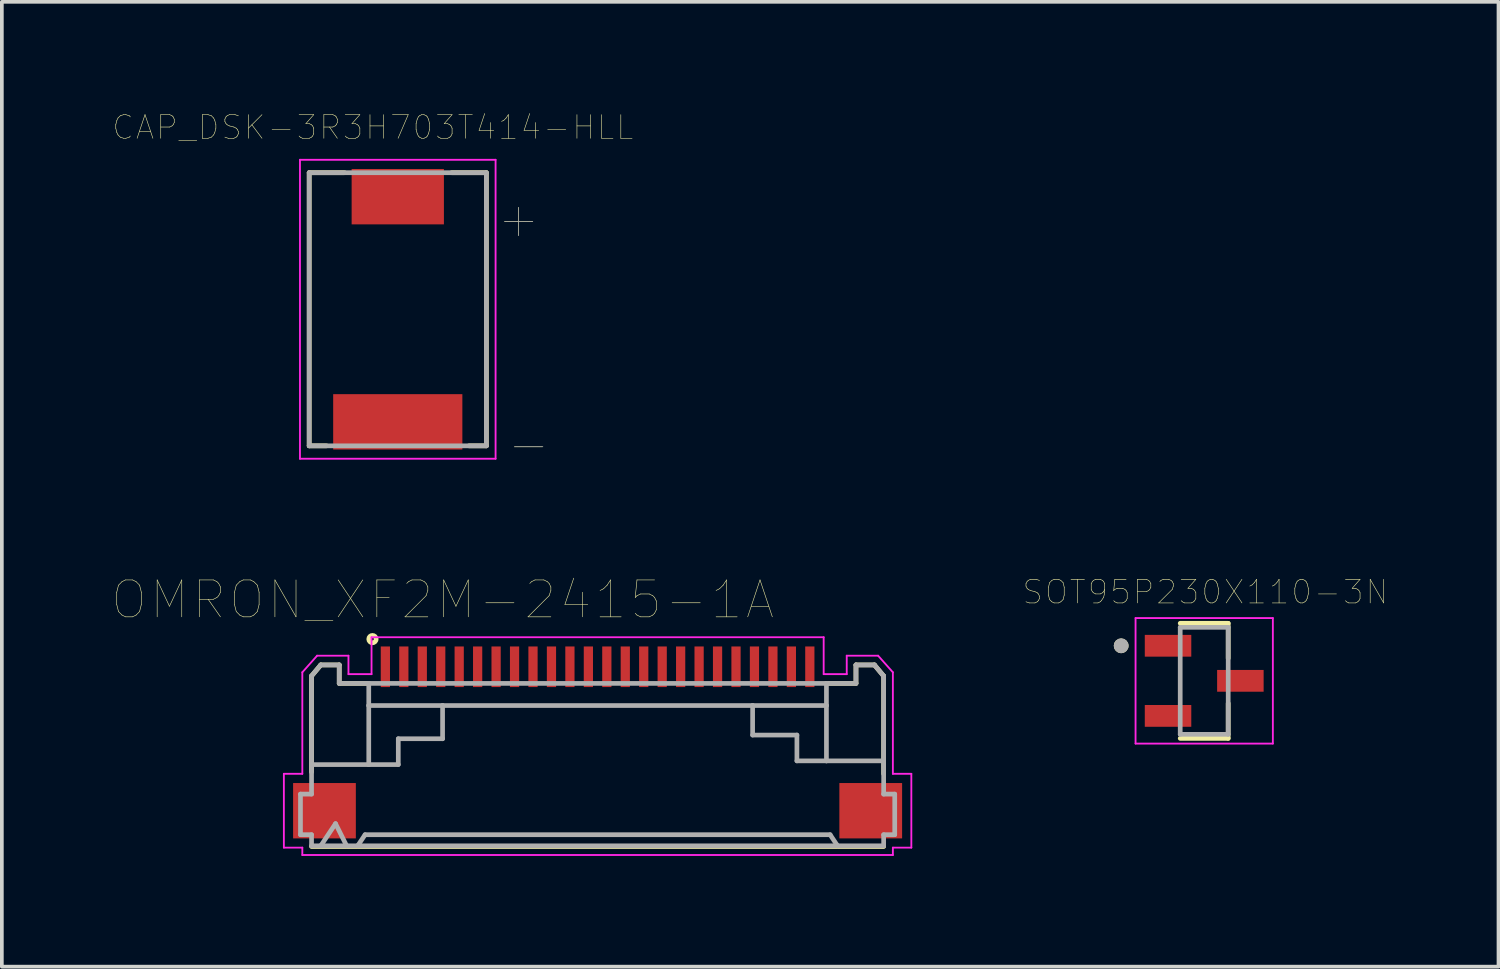
<source format=kicad_pcb>
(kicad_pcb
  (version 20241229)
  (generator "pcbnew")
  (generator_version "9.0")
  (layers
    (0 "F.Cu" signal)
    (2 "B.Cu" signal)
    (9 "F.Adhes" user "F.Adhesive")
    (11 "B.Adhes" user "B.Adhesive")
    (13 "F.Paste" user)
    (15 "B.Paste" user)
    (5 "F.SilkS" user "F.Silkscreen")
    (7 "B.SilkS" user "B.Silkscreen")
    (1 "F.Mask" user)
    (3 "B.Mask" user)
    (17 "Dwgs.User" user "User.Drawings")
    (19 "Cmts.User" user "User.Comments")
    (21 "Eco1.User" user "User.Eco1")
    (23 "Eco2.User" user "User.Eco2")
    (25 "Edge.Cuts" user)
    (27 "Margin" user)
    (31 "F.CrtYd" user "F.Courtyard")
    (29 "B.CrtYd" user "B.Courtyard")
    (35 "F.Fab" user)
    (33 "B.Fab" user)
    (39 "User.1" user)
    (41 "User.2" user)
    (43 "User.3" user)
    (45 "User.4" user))
  (footprint "SOT95P230X110-3N"
    (layer "F.Cu")
    (at 29.576 15.396)
    (property "Reference" "SOT95P230X110-3N" (at 0.032 -2.406 0) (layer "F.SilkS") (effects (font (size 0.64 0.64) (thickness 0.015))))
    (attr through_hole)
    (fp_line (start 0.65 -1.559) (end -0.65 -1.559) (stroke (width 0.127) (type solid)) (layer "F.SilkS"))
    (fp_line (start 0.65 -1.559) (end 0.65 -0.61) (stroke (width 0.127) (type solid)) (layer "F.SilkS"))
    (fp_line (start 0.65 1.559) (end -0.65 1.559) (stroke (width 0.127) (type solid)) (layer "F.SilkS"))
    (fp_line (start 0.65 1.559) (end 0.65 0.61) (stroke (width 0.127) (type solid)) (layer "F.SilkS"))
    (fp_circle (center -2.25 -0.95) (end -2.15 -0.95) (stroke (width 0.2) (type solid)) (fill no) (layer "F.SilkS"))
    (fp_line (start -1.86 -1.7) (end 1.86 -1.7) (stroke (width 0.05) (type solid)) (layer "F.CrtYd"))
    (fp_line (start -1.86 1.7) (end -1.86 -1.7) (stroke (width 0.05) (type solid)) (layer "F.CrtYd"))
    (fp_line (start 1.86 -1.7) (end 1.86 1.7) (stroke (width 0.05) (type solid)) (layer "F.CrtYd"))
    (fp_line (start 1.86 1.7) (end -1.86 1.7) (stroke (width 0.05) (type solid)) (layer "F.CrtYd"))
    (fp_line (start -0.65 -1.45) (end 0.65 -1.45) (stroke (width 0.127) (type solid)) (layer "F.Fab"))
    (fp_line (start -0.65 1.45) (end -0.65 -1.45) (stroke (width 0.127) (type solid)) (layer "F.Fab"))
    (fp_line (start 0.65 -1.45) (end 0.65 1.45) (stroke (width 0.127) (type solid)) (layer "F.Fab"))
    (fp_line (start 0.65 1.45) (end -0.65 1.45) (stroke (width 0.127) (type solid)) (layer "F.Fab"))
    (fp_circle (center -2.25 -0.95) (end -2.15 -0.95) (stroke (width 0.2) (type solid)) (fill no) (layer "F.Fab"))
    (pad "1" smd rect (at -0.98 -0.95) (size 1.26 0.59) (layers "F.Cu" "F.Mask" "F.Paste"))
    (pad "2" smd rect (at -0.98 0.95) (size 1.26 0.59) (layers "F.Cu" "F.Mask" "F.Paste"))
    (pad "3" smd rect (at 0.98 0) (size 1.26 0.59) (layers "F.Cu" "F.Mask" "F.Paste")))
  (footprint "CAP_DSK-3R3H703T414-HLL"
    (layer "F.Cu")
    (at 7.727 5.329)
    (property "Reference" "CAP_DSK-3R3H703T414-HLL" (at -0.677 -4.928 0) (layer "F.SilkS") (effects (font (size 0.64 0.64) (thickness 0.015))))
    (attr through_hole)
    (fp_line (start -2.4 -3.7) (end -2.4 3.7) (stroke (width 0.127) (type solid)) (layer "F.SilkS"))
    (fp_line (start -2.4 3.7) (end -1.93 3.7) (stroke (width 0.127) (type solid)) (layer "F.SilkS"))
    (fp_line (start -1.44 -3.7) (end -2.4 -3.7) (stroke (width 0.127) (type solid)) (layer "F.SilkS"))
    (fp_line (start 1.93 3.7) (end 2.4 3.7) (stroke (width 0.127) (type solid)) (layer "F.SilkS"))
    (fp_line (start 2.4 -3.7) (end 1.46 -3.7) (stroke (width 0.127) (type solid)) (layer "F.SilkS"))
    (fp_line (start 2.4 3.7) (end 2.4 -3.7) (stroke (width 0.127) (type solid)) (layer "F.SilkS"))
    (fp_line (start -2.65 -4.05) (end -2.65 4.05) (stroke (width 0.05) (type solid)) (layer "F.CrtYd"))
    (fp_line (start -2.65 4.05) (end 2.65 4.05) (stroke (width 0.05) (type solid)) (layer "F.CrtYd"))
    (fp_line (start 2.65 -4.05) (end -2.65 -4.05) (stroke (width 0.05) (type solid)) (layer "F.CrtYd"))
    (fp_line (start 2.65 4.05) (end 2.65 -4.05) (stroke (width 0.05) (type solid)) (layer "F.CrtYd"))
    (fp_line (start -2.4 -3.7) (end 2.4 -3.7) (stroke (width 0.127) (type solid)) (layer "F.Fab"))
    (fp_line (start -2.4 3.7) (end -2.4 -3.7) (stroke (width 0.127) (type solid)) (layer "F.Fab"))
    (fp_line (start 2.4 -3.7) (end 2.4 3.7) (stroke (width 0.127) (type solid)) (layer "F.Fab"))
    (fp_line (start 2.4 3.7) (end -2.4 3.7) (stroke (width 0.127) (type solid)) (layer "F.Fab"))
    (fp_text user "+" (at 3.274 -2.461 0) (layer "F.SilkS") (effects (font (size 1.005 1.005) (thickness 0.015))))
    (fp_text user "-" (at 3.54 3.646 0) (layer "F.SilkS") (effects (font (size 1.005 1.005) (thickness 0.015))))
    (fp_text user "-" (at 3.551 3.636 0) (layer "F.Fab") (effects (font (size 1.004 1.004) (thickness 0.015))))
    (fp_text user "+" (at 3.277 -2.457 0) (layer "F.Fab") (effects (font (size 1.004 1.004) (thickness 0.015))))
    (pad "+" smd rect (at 0 -3.05) (size 2.5 1.5) (layers "F.Cu" "F.Mask" "F.Paste"))
    (pad "-" smd rect (at 0 3.05) (size 3.5 1.5) (layers "F.Cu" "F.Mask" "F.Paste")))
  (footprint "OMRON_XF2M-2415-1A"
    (layer "F.Cu")
    (at 13.141 17.365)
    (property "Reference" "OMRON_XF2M-2415-1A" (at -4.195 -4.165 0) (layer "F.SilkS") (effects (font (size 1 1) (thickness 0.015))))
    (attr through_hole)
    (fp_line (start -7.75 -2.1) (end -7.75 0.5) (stroke (width 0.127) (type solid)) (layer "F.SilkS"))
    (fp_line (start -7.75 2.52) (end 7.75 2.52) (stroke (width 0.127) (type solid)) (layer "F.SilkS"))
    (fp_line (start -7.5 -2.4) (end -7.75 -2.1) (stroke (width 0.127) (type solid)) (layer "F.SilkS"))
    (fp_line (start -7 -2.4) (end -7.5 -2.4) (stroke (width 0.127) (type solid)) (layer "F.SilkS"))
    (fp_line (start -7 -1.9) (end -7 -2.4) (stroke (width 0.127) (type solid)) (layer "F.SilkS"))
    (fp_line (start -6.2 -1.9) (end -7 -1.9) (stroke (width 0.127) (type solid)) (layer "F.SilkS"))
    (fp_line (start 6.2 -1.9) (end 7 -1.9) (stroke (width 0.127) (type solid)) (layer "F.SilkS"))
    (fp_line (start 7 -2.4) (end 7.5 -2.4) (stroke (width 0.127) (type solid)) (layer "F.SilkS"))
    (fp_line (start 7 -1.9) (end 7 -2.4) (stroke (width 0.127) (type solid)) (layer "F.SilkS"))
    (fp_line (start 7.5 -2.4) (end 7.75 -2.1) (stroke (width 0.127) (type solid)) (layer "F.SilkS"))
    (fp_line (start 7.75 -2.1) (end 7.75 0.55) (stroke (width 0.127) (type solid)) (layer "F.SilkS"))
    (fp_circle (center -6.1 -3.1) (end -6 -3.1) (stroke (width 0.127) (type solid)) (fill no) (layer "F.SilkS"))
    (fp_line (start -8.5 0.55) (end -8 0.55) (stroke (width 0.05) (type solid)) (layer "F.CrtYd"))
    (fp_line (start -8.5 2.55) (end -8.5 0.55) (stroke (width 0.05) (type solid)) (layer "F.CrtYd"))
    (fp_line (start -8 -2.2) (end -7.6 -2.65) (stroke (width 0.05) (type solid)) (layer "F.CrtYd"))
    (fp_line (start -8 0.55) (end -8 -2.2) (stroke (width 0.05) (type solid)) (layer "F.CrtYd"))
    (fp_line (start -8 2.55) (end -8.5 2.55) (stroke (width 0.05) (type solid)) (layer "F.CrtYd"))
    (fp_line (start -8 2.75) (end -8 2.55) (stroke (width 0.05) (type solid)) (layer "F.CrtYd"))
    (fp_line (start -7.6 -2.65) (end -6.75 -2.65) (stroke (width 0.05) (type solid)) (layer "F.CrtYd"))
    (fp_line (start -6.75 -2.65) (end -6.75 -2.15) (stroke (width 0.05) (type solid)) (layer "F.CrtYd"))
    (fp_line (start -6.75 -2.15) (end -6.125 -2.15) (stroke (width 0.05) (type solid)) (layer "F.CrtYd"))
    (fp_line (start -6.125 -3.15) (end 6.125 -3.15) (stroke (width 0.05) (type solid)) (layer "F.CrtYd"))
    (fp_line (start -6.125 -2.15) (end -6.125 -3.15) (stroke (width 0.05) (type solid)) (layer "F.CrtYd"))
    (fp_line (start 6.125 -3.15) (end 6.125 -2.15) (stroke (width 0.05) (type solid)) (layer "F.CrtYd"))
    (fp_line (start 6.125 -2.15) (end 6.75 -2.15) (stroke (width 0.05) (type solid)) (layer "F.CrtYd"))
    (fp_line (start 6.75 -2.65) (end 7.6 -2.65) (stroke (width 0.05) (type solid)) (layer "F.CrtYd"))
    (fp_line (start 6.75 -2.15) (end 6.75 -2.65) (stroke (width 0.05) (type solid)) (layer "F.CrtYd"))
    (fp_line (start 7.6 -2.65) (end 8 -2.2) (stroke (width 0.05) (type solid)) (layer "F.CrtYd"))
    (fp_line (start 8 -2.2) (end 8 0.55) (stroke (width 0.05) (type solid)) (layer "F.CrtYd"))
    (fp_line (start 8 0.55) (end 8.5 0.55) (stroke (width 0.05) (type solid)) (layer "F.CrtYd"))
    (fp_line (start 8 2.55) (end 8 2.75) (stroke (width 0.05) (type solid)) (layer "F.CrtYd"))
    (fp_line (start 8 2.75) (end -8 2.75) (stroke (width 0.05) (type solid)) (layer "F.CrtYd"))
    (fp_line (start 8.5 0.55) (end 8.5 2.55) (stroke (width 0.05) (type solid)) (layer "F.CrtYd"))
    (fp_line (start 8.5 2.55) (end 8 2.55) (stroke (width 0.05) (type solid)) (layer "F.CrtYd"))
    (fp_line (start -8.05 1.1) (end -7.75 1.1) (stroke (width 0.127) (type solid)) (layer "F.Fab"))
    (fp_line (start -8.05 2.2) (end -8.05 1.1) (stroke (width 0.127) (type solid)) (layer "F.Fab"))
    (fp_line (start -7.75 -2.1) (end -7.5 -2.4) (stroke (width 0.127) (type solid)) (layer "F.Fab"))
    (fp_line (start -7.75 1.1) (end -7.75 -2.1) (stroke (width 0.127) (type solid)) (layer "F.Fab"))
    (fp_line (start -7.75 2.2) (end -8.05 2.2) (stroke (width 0.127) (type solid)) (layer "F.Fab"))
    (fp_line (start -7.75 2.5) (end -7.75 2.2) (stroke (width 0.127) (type solid)) (layer "F.Fab"))
    (fp_line (start -7.7 0.3) (end -6.2 0.3) (stroke (width 0.127) (type solid)) (layer "F.Fab"))
    (fp_line (start -7.5 -2.4) (end -7 -2.4) (stroke (width 0.127) (type solid)) (layer "F.Fab"))
    (fp_line (start -7.5 2.5) (end -7.75 2.5) (stroke (width 0.127) (type solid)) (layer "F.Fab"))
    (fp_line (start -7.5 2.5) (end -7.1 1.9) (stroke (width 0.127) (type solid)) (layer "F.Fab"))
    (fp_line (start -7.1 1.9) (end -6.8 2.5) (stroke (width 0.127) (type solid)) (layer "F.Fab"))
    (fp_line (start -7 -2.4) (end -7 -1.9) (stroke (width 0.127) (type solid)) (layer "F.Fab"))
    (fp_line (start -7 -1.9) (end 6.2 -1.9) (stroke (width 0.127) (type solid)) (layer "F.Fab"))
    (fp_line (start -6.8 2.5) (end -7.5 2.5) (stroke (width 0.127) (type solid)) (layer "F.Fab"))
    (fp_line (start -6.5 2.5) (end -6.8 2.5) (stroke (width 0.127) (type solid)) (layer "F.Fab"))
    (fp_line (start -6.5 2.5) (end -6.3 2.2) (stroke (width 0.127) (type solid)) (layer "F.Fab"))
    (fp_line (start -6.3 2.2) (end 6.3 2.2) (stroke (width 0.127) (type solid)) (layer "F.Fab"))
    (fp_line (start -6.2 -1.3) (end -6.2 -1.9) (stroke (width 0.127) (type solid)) (layer "F.Fab"))
    (fp_line (start -6.2 0.3) (end -6.2 -1.3) (stroke (width 0.127) (type solid)) (layer "F.Fab"))
    (fp_line (start -6.2 0.3) (end -5.4 0.3) (stroke (width 0.127) (type solid)) (layer "F.Fab"))
    (fp_line (start -5.4 -0.4) (end -4.2 -0.4) (stroke (width 0.127) (type solid)) (layer "F.Fab"))
    (fp_line (start -5.4 0.3) (end -5.4 -0.4) (stroke (width 0.127) (type solid)) (layer "F.Fab"))
    (fp_line (start -4.2 -1.3) (end -6.2 -1.3) (stroke (width 0.127) (type solid)) (layer "F.Fab"))
    (fp_line (start -4.2 -1.3) (end 4.2 -1.3) (stroke (width 0.127) (type solid)) (layer "F.Fab"))
    (fp_line (start -4.2 -0.4) (end -4.2 -1.3) (stroke (width 0.127) (type solid)) (layer "F.Fab"))
    (fp_line (start 4.2 -1.3) (end 4.2 -0.5) (stroke (width 0.127) (type solid)) (layer "F.Fab"))
    (fp_line (start 4.2 -1.3) (end 6.2 -1.3) (stroke (width 0.127) (type solid)) (layer "F.Fab"))
    (fp_line (start 4.2 -0.5) (end 5.4 -0.5) (stroke (width 0.127) (type solid)) (layer "F.Fab"))
    (fp_line (start 5.4 -0.5) (end 5.4 0.2) (stroke (width 0.127) (type solid)) (layer "F.Fab"))
    (fp_line (start 5.4 0.2) (end 6.2 0.2) (stroke (width 0.127) (type solid)) (layer "F.Fab"))
    (fp_line (start 6.2 -1.9) (end 7 -1.9) (stroke (width 0.127) (type solid)) (layer "F.Fab"))
    (fp_line (start 6.2 -1.3) (end 6.2 -1.9) (stroke (width 0.127) (type solid)) (layer "F.Fab"))
    (fp_line (start 6.2 0.2) (end 6.2 -1.3) (stroke (width 0.127) (type solid)) (layer "F.Fab"))
    (fp_line (start 6.2 0.2) (end 7.75 0.2) (stroke (width 0.127) (type solid)) (layer "F.Fab"))
    (fp_line (start 6.3 2.2) (end 6.5 2.5) (stroke (width 0.127) (type solid)) (layer "F.Fab"))
    (fp_line (start 6.5 2.5) (end -6.5 2.5) (stroke (width 0.127) (type solid)) (layer "F.Fab"))
    (fp_line (start 7 -2.4) (end 7.5 -2.4) (stroke (width 0.127) (type solid)) (layer "F.Fab"))
    (fp_line (start 7 -1.9) (end 7 -2.4) (stroke (width 0.127) (type solid)) (layer "F.Fab"))
    (fp_line (start 7.5 -2.4) (end 7.75 -2.1) (stroke (width 0.127) (type solid)) (layer "F.Fab"))
    (fp_line (start 7.75 -2.1) (end 7.75 0.2) (stroke (width 0.127) (type solid)) (layer "F.Fab"))
    (fp_line (start 7.75 0.2) (end 7.75 1.1) (stroke (width 0.127) (type solid)) (layer "F.Fab"))
    (fp_line (start 7.75 1.1) (end 8.05 1.1) (stroke (width 0.127) (type solid)) (layer "F.Fab"))
    (fp_line (start 7.75 2.2) (end 7.75 2.5) (stroke (width 0.127) (type solid)) (layer "F.Fab"))
    (fp_line (start 7.75 2.5) (end 6.5 2.5) (stroke (width 0.127) (type solid)) (layer "F.Fab"))
    (fp_line (start 8.05 1.1) (end 8.05 2.2) (stroke (width 0.127) (type solid)) (layer "F.Fab"))
    (fp_line (start 8.05 2.2) (end 7.75 2.2) (stroke (width 0.127) (type solid)) (layer "F.Fab"))
    (pad "1" smd rect (at -5.75 -2.35) (size 0.25 1.1) (layers "F.Cu" "F.Mask" "F.Paste"))
    (pad "2" smd rect (at -5.25 -2.35) (size 0.25 1.1) (layers "F.Cu" "F.Mask" "F.Paste"))
    (pad "3" smd rect (at -4.75 -2.35) (size 0.25 1.1) (layers "F.Cu" "F.Mask" "F.Paste"))
    (pad "4" smd rect (at -4.25 -2.35) (size 0.25 1.1) (layers "F.Cu" "F.Mask" "F.Paste"))
    (pad "5" smd rect (at -3.75 -2.35) (size 0.25 1.1) (layers "F.Cu" "F.Mask" "F.Paste"))
    (pad "6" smd rect (at -3.25 -2.35) (size 0.25 1.1) (layers "F.Cu" "F.Mask" "F.Paste"))
    (pad "7" smd rect (at -2.75 -2.35) (size 0.25 1.1) (layers "F.Cu" "F.Mask" "F.Paste"))
    (pad "8" smd rect (at -2.25 -2.35) (size 0.25 1.1) (layers "F.Cu" "F.Mask" "F.Paste"))
    (pad "9" smd rect (at -1.75 -2.35) (size 0.25 1.1) (layers "F.Cu" "F.Mask" "F.Paste"))
    (pad "10" smd rect (at -1.25 -2.35) (size 0.25 1.1) (layers "F.Cu" "F.Mask" "F.Paste"))
    (pad "11" smd rect (at -0.75 -2.35) (size 0.25 1.1) (layers "F.Cu" "F.Mask" "F.Paste"))
    (pad "12" smd rect (at -0.25 -2.35) (size 0.25 1.1) (layers "F.Cu" "F.Mask" "F.Paste"))
    (pad "13" smd rect (at 0.25 -2.35) (size 0.25 1.1) (layers "F.Cu" "F.Mask" "F.Paste"))
    (pad "14" smd rect (at 0.75 -2.35) (size 0.25 1.1) (layers "F.Cu" "F.Mask" "F.Paste"))
    (pad "15" smd rect (at 1.25 -2.35) (size 0.25 1.1) (layers "F.Cu" "F.Mask" "F.Paste"))
    (pad "16" smd rect (at 1.75 -2.35) (size 0.25 1.1) (layers "F.Cu" "F.Mask" "F.Paste"))
    (pad "17" smd rect (at 2.25 -2.35) (size 0.25 1.1) (layers "F.Cu" "F.Mask" "F.Paste"))
    (pad "18" smd rect (at 2.75 -2.35) (size 0.25 1.1) (layers "F.Cu" "F.Mask" "F.Paste"))
    (pad "19" smd rect (at 3.25 -2.35) (size 0.25 1.1) (layers "F.Cu" "F.Mask" "F.Paste"))
    (pad "20" smd rect (at 3.75 -2.35) (size 0.25 1.1) (layers "F.Cu" "F.Mask" "F.Paste"))
    (pad "21" smd rect (at 4.25 -2.35) (size 0.25 1.1) (layers "F.Cu" "F.Mask" "F.Paste"))
    (pad "22" smd rect (at 4.75 -2.35) (size 0.25 1.1) (layers "F.Cu" "F.Mask" "F.Paste"))
    (pad "23" smd rect (at 5.25 -2.35) (size 0.25 1.1) (layers "F.Cu" "F.Mask" "F.Paste"))
    (pad "24" smd rect (at 5.75 -2.35) (size 0.25 1.1) (layers "F.Cu" "F.Mask" "F.Paste"))
    (pad "P1" smd rect (at 7.4 1.55) (size 1.7 1.5) (layers "F.Cu" "F.Mask" "F.Paste"))
    (pad "P2" smd rect (at -7.4 1.55) (size 1.7 1.5) (layers "F.Cu" "F.Mask" "F.Paste")))
  (gr_rect
    (start -3 -3)
    (end 37.549 23.14)
    (stroke (width 0.1) (type default))
    (fill no)
    (layer "Edge.Cuts")))
</source>
